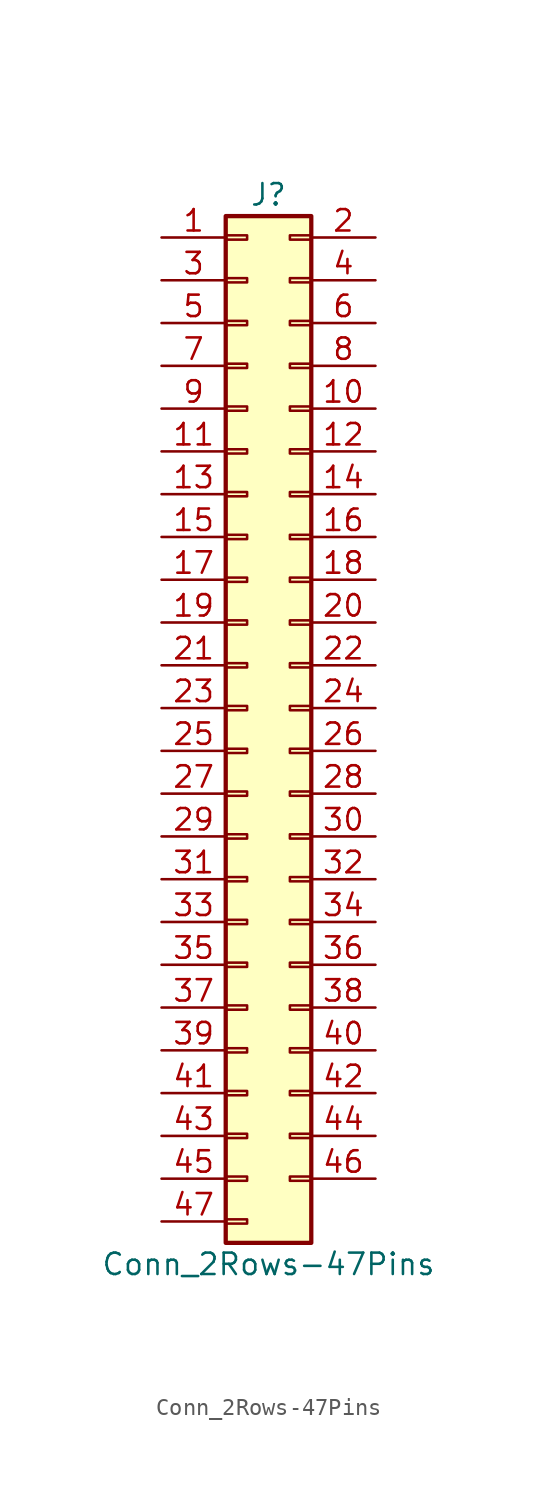
<source format=kicad_sym>
(kicad_symbol_lib
  (version 20211014)
  (generator kicad_symbol_editor)
  (symbol "Conn_2Rows-47Pins"
    (pin_names
      (offset 1.016) hide)
    (property "Reference" "J"
      (at 1.27 30.48 0)
      (effects (font (size 1.27 1.27))))
    (property "Value" "Conn_2Rows-47Pins"
      (at 1.27 -33.02 0)
      (effects (font (size 1.27 1.27))))
    (symbol "Conn_2Rows-47Pins_1_1"
      (rectangle (start -1.27 -30.353) (end 0 -30.607) (stroke (width 0.152) (type default) (color 0 0 0 0)) (fill (type none)))
      (rectangle (start -1.27 -27.813) (end 0 -28.067) (stroke (width 0.152) (type default) (color 0 0 0 0)) (fill (type none)))
      (rectangle (start -1.27 -25.273) (end 0 -25.527) (stroke (width 0.152) (type default) (color 0 0 0 0)) (fill (type none)))
      (rectangle (start -1.27 -22.733) (end 0 -22.987) (stroke (width 0.152) (type default) (color 0 0 0 0)) (fill (type none)))
      (rectangle (start -1.27 -20.193) (end 0 -20.447) (stroke (width 0.152) (type default) (color 0 0 0 0)) (fill (type none)))
      (rectangle (start -1.27 -17.653) (end 0 -17.907) (stroke (width 0.152) (type default) (color 0 0 0 0)) (fill (type none)))
      (rectangle (start -1.27 -15.113) (end 0 -15.367) (stroke (width 0.152) (type default) (color 0 0 0 0)) (fill (type none)))
      (rectangle (start -1.27 -12.573) (end 0 -12.827) (stroke (width 0.152) (type default) (color 0 0 0 0)) (fill (type none)))
      (rectangle (start -1.27 -10.033) (end 0 -10.287) (stroke (width 0.152) (type default) (color 0 0 0 0)) (fill (type none)))
      (rectangle (start -1.27 -7.493) (end 0 -7.747) (stroke (width 0.152) (type default) (color 0 0 0 0)) (fill (type none)))
      (rectangle (start -1.27 -4.953) (end 0 -5.207) (stroke (width 0.152) (type default) (color 0 0 0 0)) (fill (type none)))
      (rectangle (start -1.27 -2.413) (end 0 -2.667) (stroke (width 0.152) (type default) (color 0 0 0 0)) (fill (type none)))
      (rectangle (start -1.27 0.127) (end 0 -0.127) (stroke (width 0.152) (type default) (color 0 0 0 0)) (fill (type none)))
      (rectangle (start -1.27 2.667) (end 0 2.413) (stroke (width 0.152) (type default) (color 0 0 0 0)) (fill (type none)))
      (rectangle (start -1.27 5.207) (end 0 4.953) (stroke (width 0.152) (type default) (color 0 0 0 0)) (fill (type none)))
      (rectangle (start -1.27 7.747) (end 0 7.493) (stroke (width 0.152) (type default) (color 0 0 0 0)) (fill (type none)))
      (rectangle (start -1.27 10.287) (end 0 10.033) (stroke (width 0.152) (type default) (color 0 0 0 0)) (fill (type none)))
      (rectangle (start -1.27 12.827) (end 0 12.573) (stroke (width 0.152) (type default) (color 0 0 0 0)) (fill (type none)))
      (rectangle (start -1.27 15.367) (end 0 15.113) (stroke (width 0.152) (type default) (color 0 0 0 0)) (fill (type none)))
      (rectangle (start -1.27 17.907) (end 0 17.653) (stroke (width 0.152) (type default) (color 0 0 0 0)) (fill (type none)))
      (rectangle (start -1.27 20.447) (end 0 20.193) (stroke (width 0.152) (type default) (color 0 0 0 0)) (fill (type none)))
      (rectangle (start -1.27 22.987) (end 0 22.733) (stroke (width 0.152) (type default) (color 0 0 0 0)) (fill (type none)))
      (rectangle (start -1.27 25.527) (end 0 25.273) (stroke (width 0.152) (type default) (color 0 0 0 0)) (fill (type none)))
      (rectangle (start -1.27 28.067) (end 0 27.813) (stroke (width 0.152) (type default) (color 0 0 0 0)) (fill (type none)))
      (rectangle (start -1.27 29.21) (end 3.81 -31.75) (stroke (width 0.254) (type default) (color 0 0 0 0)) (fill (type background)))
      (rectangle (start 3.81 -27.813) (end 2.54 -28.067) (stroke (width 0.152) (type default) (color 0 0 0 0)) (fill (type none)))
      (rectangle (start 3.81 -25.273) (end 2.54 -25.527) (stroke (width 0.152) (type default) (color 0 0 0 0)) (fill (type none)))
      (rectangle (start 3.81 -22.733) (end 2.54 -22.987) (stroke (width 0.152) (type default) (color 0 0 0 0)) (fill (type none)))
      (rectangle (start 3.81 -20.193) (end 2.54 -20.447) (stroke (width 0.152) (type default) (color 0 0 0 0)) (fill (type none)))
      (rectangle (start 3.81 -17.653) (end 2.54 -17.907) (stroke (width 0.152) (type default) (color 0 0 0 0)) (fill (type none)))
      (rectangle (start 3.81 -15.113) (end 2.54 -15.367) (stroke (width 0.152) (type default) (color 0 0 0 0)) (fill (type none)))
      (rectangle (start 3.81 -12.573) (end 2.54 -12.827) (stroke (width 0.152) (type default) (color 0 0 0 0)) (fill (type none)))
      (rectangle (start 3.81 -10.033) (end 2.54 -10.287) (stroke (width 0.152) (type default) (color 0 0 0 0)) (fill (type none)))
      (rectangle (start 3.81 -7.493) (end 2.54 -7.747) (stroke (width 0.152) (type default) (color 0 0 0 0)) (fill (type none)))
      (rectangle (start 3.81 -4.953) (end 2.54 -5.207) (stroke (width 0.152) (type default) (color 0 0 0 0)) (fill (type none)))
      (rectangle (start 3.81 -2.413) (end 2.54 -2.667) (stroke (width 0.152) (type default) (color 0 0 0 0)) (fill (type none)))
      (rectangle (start 3.81 0.127) (end 2.54 -0.127) (stroke (width 0.152) (type default) (color 0 0 0 0)) (fill (type none)))
      (rectangle (start 3.81 2.667) (end 2.54 2.413) (stroke (width 0.152) (type default) (color 0 0 0 0)) (fill (type none)))
      (rectangle (start 3.81 5.207) (end 2.54 4.953) (stroke (width 0.152) (type default) (color 0 0 0 0)) (fill (type none)))
      (rectangle (start 3.81 7.747) (end 2.54 7.493) (stroke (width 0.152) (type default) (color 0 0 0 0)) (fill (type none)))
      (rectangle (start 3.81 10.287) (end 2.54 10.033) (stroke (width 0.152) (type default) (color 0 0 0 0)) (fill (type none)))
      (rectangle (start 3.81 12.827) (end 2.54 12.573) (stroke (width 0.152) (type default) (color 0 0 0 0)) (fill (type none)))
      (rectangle (start 3.81 15.367) (end 2.54 15.113) (stroke (width 0.152) (type default) (color 0 0 0 0)) (fill (type none)))
      (rectangle (start 3.81 17.907) (end 2.54 17.653) (stroke (width 0.152) (type default) (color 0 0 0 0)) (fill (type none)))
      (rectangle (start 3.81 20.447) (end 2.54 20.193) (stroke (width 0.152) (type default) (color 0 0 0 0)) (fill (type none)))
      (rectangle (start 3.81 22.987) (end 2.54 22.733) (stroke (width 0.152) (type default) (color 0 0 0 0)) (fill (type none)))
      (rectangle (start 3.81 25.527) (end 2.54 25.273) (stroke (width 0.152) (type default) (color 0 0 0 0)) (fill (type none)))
      (rectangle (start 3.81 28.067) (end 2.54 27.813) (stroke (width 0.152) (type default) (color 0 0 0 0)) (fill (type none)))
      (pin passive line (at -5.08 27.94 0) (length 3.81) (name "Pin_1" (effects (font (size 1.27 1.27)))) (number "1" (effects (font (size 1.27 1.27)))))
      (pin passive line (at 7.62 17.78 180) (length 3.81) (name "Pin_10" (effects (font (size 1.27 1.27)))) (number "10" (effects (font (size 1.27 1.27)))))
      (pin passive line (at -5.08 15.24 0) (length 3.81) (name "Pin_11" (effects (font (size 1.27 1.27)))) (number "11" (effects (font (size 1.27 1.27)))))
      (pin passive line (at 7.62 15.24 180) (length 3.81) (name "Pin_12" (effects (font (size 1.27 1.27)))) (number "12" (effects (font (size 1.27 1.27)))))
      (pin passive line (at -5.08 12.7 0) (length 3.81) (name "Pin_13" (effects (font (size 1.27 1.27)))) (number "13" (effects (font (size 1.27 1.27)))))
      (pin passive line (at 7.62 12.7 180) (length 3.81) (name "Pin_14" (effects (font (size 1.27 1.27)))) (number "14" (effects (font (size 1.27 1.27)))))
      (pin passive line (at -5.08 10.16 0) (length 3.81) (name "Pin_15" (effects (font (size 1.27 1.27)))) (number "15" (effects (font (size 1.27 1.27)))))
      (pin passive line (at 7.62 10.16 180) (length 3.81) (name "Pin_16" (effects (font (size 1.27 1.27)))) (number "16" (effects (font (size 1.27 1.27)))))
      (pin passive line (at -5.08 7.62 0) (length 3.81) (name "Pin_17" (effects (font (size 1.27 1.27)))) (number "17" (effects (font (size 1.27 1.27)))))
      (pin passive line (at 7.62 7.62 180) (length 3.81) (name "Pin_18" (effects (font (size 1.27 1.27)))) (number "18" (effects (font (size 1.27 1.27)))))
      (pin passive line (at -5.08 5.08 0) (length 3.81) (name "Pin_19" (effects (font (size 1.27 1.27)))) (number "19" (effects (font (size 1.27 1.27)))))
      (pin passive line (at 7.62 27.94 180) (length 3.81) (name "Pin_2" (effects (font (size 1.27 1.27)))) (number "2" (effects (font (size 1.27 1.27)))))
      (pin passive line (at 7.62 5.08 180) (length 3.81) (name "Pin_20" (effects (font (size 1.27 1.27)))) (number "20" (effects (font (size 1.27 1.27)))))
      (pin passive line (at -5.08 2.54 0) (length 3.81) (name "Pin_21" (effects (font (size 1.27 1.27)))) (number "21" (effects (font (size 1.27 1.27)))))
      (pin passive line (at 7.62 2.54 180) (length 3.81) (name "Pin_22" (effects (font (size 1.27 1.27)))) (number "22" (effects (font (size 1.27 1.27)))))
      (pin passive line (at -5.08 0 0) (length 3.81) (name "Pin_23" (effects (font (size 1.27 1.27)))) (number "23" (effects (font (size 1.27 1.27)))))
      (pin passive line (at 7.62 0 180) (length 3.81) (name "Pin_24" (effects (font (size 1.27 1.27)))) (number "24" (effects (font (size 1.27 1.27)))))
      (pin passive line (at -5.08 -2.54 0) (length 3.81) (name "Pin_25" (effects (font (size 1.27 1.27)))) (number "25" (effects (font (size 1.27 1.27)))))
      (pin passive line (at 7.62 -2.54 180) (length 3.81) (name "Pin_26" (effects (font (size 1.27 1.27)))) (number "26" (effects (font (size 1.27 1.27)))))
      (pin passive line (at -5.08 -5.08 0) (length 3.81) (name "Pin_27" (effects (font (size 1.27 1.27)))) (number "27" (effects (font (size 1.27 1.27)))))
      (pin passive line (at 7.62 -5.08 180) (length 3.81) (name "Pin_28" (effects (font (size 1.27 1.27)))) (number "28" (effects (font (size 1.27 1.27)))))
      (pin passive line (at -5.08 -7.62 0) (length 3.81) (name "Pin_29" (effects (font (size 1.27 1.27)))) (number "29" (effects (font (size 1.27 1.27)))))
      (pin passive line (at -5.08 25.4 0) (length 3.81) (name "Pin_3" (effects (font (size 1.27 1.27)))) (number "3" (effects (font (size 1.27 1.27)))))
      (pin passive line (at 7.62 -7.62 180) (length 3.81) (name "Pin_30" (effects (font (size 1.27 1.27)))) (number "30" (effects (font (size 1.27 1.27)))))
      (pin passive line (at -5.08 -10.16 0) (length 3.81) (name "Pin_31" (effects (font (size 1.27 1.27)))) (number "31" (effects (font (size 1.27 1.27)))))
      (pin passive line (at 7.62 -10.16 180) (length 3.81) (name "Pin_32" (effects (font (size 1.27 1.27)))) (number "32" (effects (font (size 1.27 1.27)))))
      (pin passive line (at -5.08 -12.7 0) (length 3.81) (name "Pin_33" (effects (font (size 1.27 1.27)))) (number "33" (effects (font (size 1.27 1.27)))))
      (pin passive line (at 7.62 -12.7 180) (length 3.81) (name "Pin_34" (effects (font (size 1.27 1.27)))) (number "34" (effects (font (size 1.27 1.27)))))
      (pin passive line (at -5.08 -15.24 0) (length 3.81) (name "Pin_35" (effects (font (size 1.27 1.27)))) (number "35" (effects (font (size 1.27 1.27)))))
      (pin passive line (at 7.62 -15.24 180) (length 3.81) (name "Pin_36" (effects (font (size 1.27 1.27)))) (number "36" (effects (font (size 1.27 1.27)))))
      (pin passive line (at -5.08 -17.78 0) (length 3.81) (name "Pin_37" (effects (font (size 1.27 1.27)))) (number "37" (effects (font (size 1.27 1.27)))))
      (pin passive line (at 7.62 -17.78 180) (length 3.81) (name "Pin_38" (effects (font (size 1.27 1.27)))) (number "38" (effects (font (size 1.27 1.27)))))
      (pin passive line (at -5.08 -20.32 0) (length 3.81) (name "Pin_39" (effects (font (size 1.27 1.27)))) (number "39" (effects (font (size 1.27 1.27)))))
      (pin passive line (at 7.62 25.4 180) (length 3.81) (name "Pin_4" (effects (font (size 1.27 1.27)))) (number "4" (effects (font (size 1.27 1.27)))))
      (pin passive line (at 7.62 -20.32 180) (length 3.81) (name "Pin_40" (effects (font (size 1.27 1.27)))) (number "40" (effects (font (size 1.27 1.27)))))
      (pin passive line (at -5.08 -22.86 0) (length 3.81) (name "Pin_41" (effects (font (size 1.27 1.27)))) (number "41" (effects (font (size 1.27 1.27)))))
      (pin passive line (at 7.62 -22.86 180) (length 3.81) (name "Pin_42" (effects (font (size 1.27 1.27)))) (number "42" (effects (font (size 1.27 1.27)))))
      (pin passive line (at -5.08 -25.4 0) (length 3.81) (name "Pin_43" (effects (font (size 1.27 1.27)))) (number "43" (effects (font (size 1.27 1.27)))))
      (pin passive line (at 7.62 -25.4 180) (length 3.81) (name "Pin_44" (effects (font (size 1.27 1.27)))) (number "44" (effects (font (size 1.27 1.27)))))
      (pin passive line (at -5.08 -27.94 0) (length 3.81) (name "Pin_45" (effects (font (size 1.27 1.27)))) (number "45" (effects (font (size 1.27 1.27)))))
      (pin passive line (at 7.62 -27.94 180) (length 3.81) (name "Pin_46" (effects (font (size 1.27 1.27)))) (number "46" (effects (font (size 1.27 1.27)))))
      (pin passive line (at -5.08 -30.48 0) (length 3.81) (name "Pin_47" (effects (font (size 1.27 1.27)))) (number "47" (effects (font (size 1.27 1.27)))))
      (pin passive line (at -5.08 22.86 0) (length 3.81) (name "Pin_5" (effects (font (size 1.27 1.27)))) (number "5" (effects (font (size 1.27 1.27)))))
      (pin passive line (at 7.62 22.86 180) (length 3.81) (name "Pin_6" (effects (font (size 1.27 1.27)))) (number "6" (effects (font (size 1.27 1.27)))))
      (pin passive line (at -5.08 20.32 0) (length 3.81) (name "Pin_7" (effects (font (size 1.27 1.27)))) (number "7" (effects (font (size 1.27 1.27)))))
      (pin passive line (at 7.62 20.32 180) (length 3.81) (name "Pin_8" (effects (font (size 1.27 1.27)))) (number "8" (effects (font (size 1.27 1.27)))))
      (pin passive line (at -5.08 17.78 0) (length 3.81) (name "Pin_9" (effects (font (size 1.27 1.27)))) (number "9" (effects (font (size 1.27 1.27))))))))
</source>
